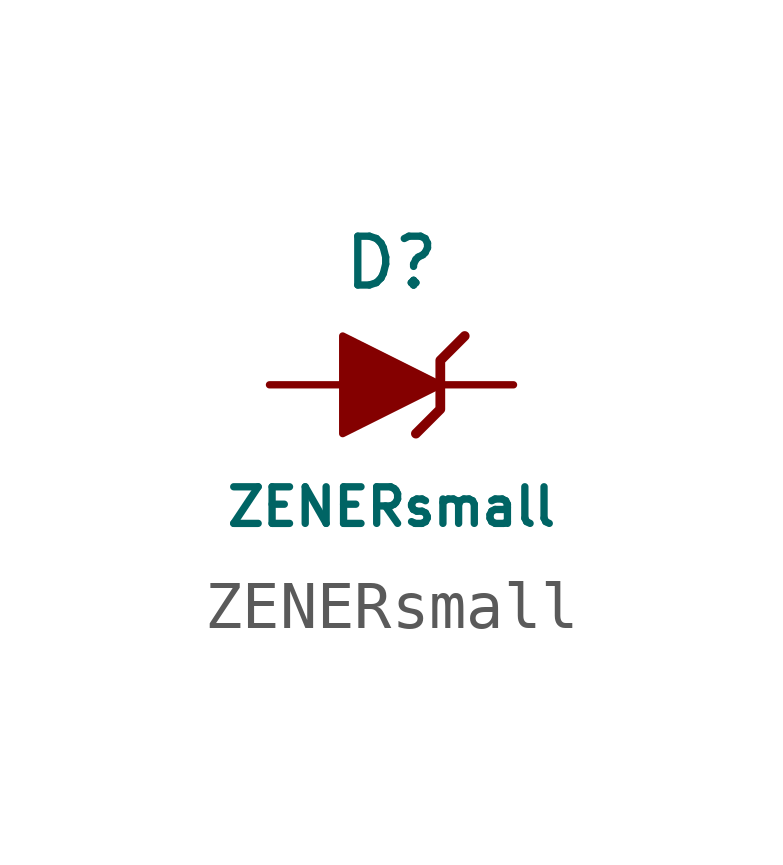
<source format=kicad_sym>
(kicad_symbol_lib
  (version 20220914)
  (generator kicad_symbol_editor)
  (symbol "ZENERsmall"
    (pin_numbers hide)
    (pin_names
      (offset 1.016) hide)
    (property "Reference" "D"
      (at 0 2.54 0)
      (effects (font (size 1.016 1.016))))
    (property "Value" "ZENERsmall"
      (at 0 -2.54 0)
      (effects (font (size 0.762 0.762))))
    (symbol "ZENERsmall_0_1"
      (polyline (pts (xy -1.016 1.016) (xy 1.016 0) (xy -1.016 -1.016) (xy -1.016 1.016)) (stroke (width 0) (type solid)) (fill (type outline)))
      (polyline (pts (xy 1.524 1.016) (xy 1.016 0.508) (xy 1.016 -0.508) (xy 0.508 -1.016)) (stroke (width 0.203) (type solid)) (fill (type none))))
    (symbol "ZENERsmall_1_1"
      (pin passive line (at -2.54 0 0) (length 1.524) (name "A" (effects (font (size 1.016 1.016)))) (number "1" (effects (font (size 1.016 1.016)))))
      (pin passive line (at 2.54 0 180) (length 1.524) (name "K" (effects (font (size 1.016 1.016)))) (number "2" (effects (font (size 1.016 1.016))))))))
</source>
